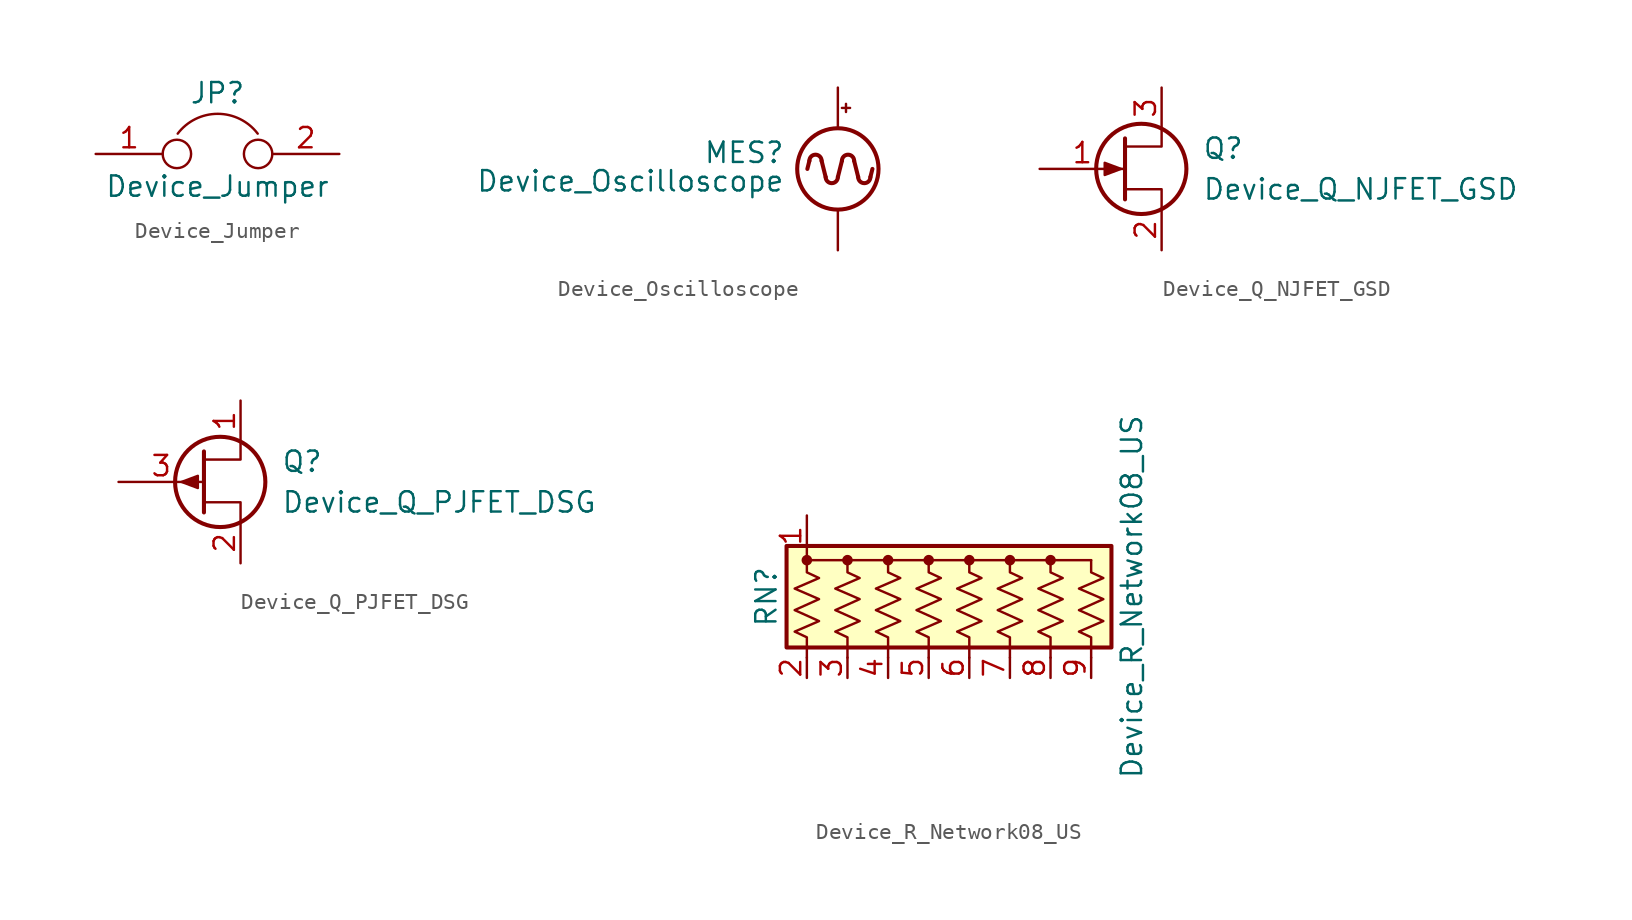
<source format=kicad_sym>
(kicad_symbol_lib
  (version 20220914)
  (generator kicad_symbol_editor)
  (symbol "Device_Jumper"
    (pin_names
      (offset 0.762) hide)
    (property "Reference" "JP"
      (at 0 3.81 0)
      (effects (font (size 1.27 1.27))))
    (property "Value" "Device_Jumper"
      (at 0 -2.032 0)
      (effects (font (size 1.27 1.27))))
    (symbol "Device_Jumper_0_1"
      (circle (center -2.54 0) (radius 0.889) (stroke (width 0) (type solid)) (fill (type none)))
      (arc (start 2.5146 1.27) (mid 0.0078 2.5097) (end -2.4892 1.27) (stroke (width 0) (type solid)) (fill (type none)))
      (circle (center 2.54 0) (radius 0.889) (stroke (width 0) (type solid)) (fill (type none)))
      (pin passive line (at -7.62 0 0) (length 4.191) (name "1" (effects (font (size 1.27 1.27)))) (number "1" (effects (font (size 1.27 1.27)))))
      (pin passive line (at 7.62 0 180) (length 4.191) (name "2" (effects (font (size 1.27 1.27)))) (number "2" (effects (font (size 1.27 1.27)))))))
  (symbol "Device_Oscilloscope"
    (pin_numbers hide)
    (pin_names
      (offset 0.025) hide)
    (property "Reference" "MES"
      (at -3.302 1.016 0)
      (effects (font (size 1.27 1.27)) (justify right)))
    (property "Value" "Device_Oscilloscope"
      (at -3.302 -0.762 0)
      (effects (font (size 1.27 1.27)) (justify right)))
    (symbol "Device_Oscilloscope_0_0"
      (arc (start -1.016 0.508) (mid -1.397 0.889) (end -1.778 0.508) (stroke (width 0.254) (type solid)) (fill (type none)))
      (arc (start -0.762 -0.508) (mid -0.381 -0.889) (end 0 -0.508) (stroke (width 0.254) (type solid)) (fill (type none)))
      (polyline (pts (xy -1.778 0.508) (xy -1.905 0)) (stroke (width 0.254) (type solid)) (fill (type none)))
      (polyline (pts (xy -1.016 0.508) (xy -0.762 -0.508)) (stroke (width 0.254) (type solid)) (fill (type none)))
      (polyline (pts (xy 0 -0.508) (xy 0.254 0.508)) (stroke (width 0.254) (type solid)) (fill (type none)))
      (polyline (pts (xy 1.016 0.508) (xy 1.27 -0.508)) (stroke (width 0.254) (type solid)) (fill (type none)))
      (polyline (pts (xy 2.032 -0.508) (xy 2.159 0)) (stroke (width 0.254) (type solid)) (fill (type none)))
      (arc (start 1.016 0.508) (mid 0.635 0.889) (end 0.254 0.508) (stroke (width 0.254) (type solid)) (fill (type none)))
      (arc (start 1.27 -0.508) (mid 1.651 -0.889) (end 2.032 -0.508) (stroke (width 0.254) (type solid)) (fill (type none))))
    (symbol "Device_Oscilloscope_0_1"
      (polyline (pts (xy 0.254 3.81) (xy 0.762 3.81)) (stroke (width 0) (type solid)) (fill (type none)))
      (polyline (pts (xy 0.508 4.064) (xy 0.508 3.556)) (stroke (width 0) (type solid)) (fill (type none)))
      (circle (center 0 0) (radius 2.54) (stroke (width 0.254) (type solid)) (fill (type none))))
    (symbol "Device_Oscilloscope_1_1"
      (pin passive line (at 0 -5.08 90) (length 2.54) (name "-" (effects (font (size 1.27 1.27)))) (number "1" (effects (font (size 1.27 1.27)))))
      (pin passive line (at 0 5.08 270) (length 2.54) (name "+" (effects (font (size 1.27 1.27)))) (number "2" (effects (font (size 1.27 1.27)))))))
  (symbol "Device_Q_NJFET_GSD"
    (pin_names
      (offset 0) hide)
    (property "Reference" "Q"
      (at 5.08 1.27 0)
      (effects (font (size 1.27 1.27)) (justify left)))
    (property "Value" "Device_Q_NJFET_GSD"
      (at 5.08 -1.27 0)
      (effects (font (size 1.27 1.27)) (justify left)))
    (symbol "Device_Q_NJFET_GSD_0_1"
      (polyline (pts (xy 0.254 1.905) (xy 0.254 -1.905) (xy 0.254 -1.905)) (stroke (width 0.254) (type solid)) (fill (type none)))
      (polyline (pts (xy 2.54 -2.54) (xy 2.54 -1.27) (xy 0.254 -1.27)) (stroke (width 0) (type solid)) (fill (type none)))
      (polyline (pts (xy 2.54 2.54) (xy 2.54 1.397) (xy 0.254 1.397)) (stroke (width 0) (type solid)) (fill (type none)))
      (polyline (pts (xy 0 0) (xy -1.016 0.381) (xy -1.016 -0.381) (xy 0 0)) (stroke (width 0) (type solid)) (fill (type outline)))
      (circle (center 1.27 0) (radius 2.819) (stroke (width 0.254) (type solid)) (fill (type none))))
    (symbol "Device_Q_NJFET_GSD_1_1"
      (pin input line (at -5.08 0 0) (length 5.334) (name "G" (effects (font (size 1.27 1.27)))) (number "1" (effects (font (size 1.27 1.27)))))
      (pin passive line (at 2.54 -5.08 90) (length 2.54) (name "S" (effects (font (size 1.27 1.27)))) (number "2" (effects (font (size 1.27 1.27)))))
      (pin passive line (at 2.54 5.08 270) (length 2.54) (name "D" (effects (font (size 1.27 1.27)))) (number "3" (effects (font (size 1.27 1.27)))))))
  (symbol "Device_Q_PJFET_DSG"
    (pin_names
      (offset 0) hide)
    (property "Reference" "Q"
      (at 5.08 1.27 0)
      (effects (font (size 1.27 1.27)) (justify left)))
    (property "Value" "Device_Q_PJFET_DSG"
      (at 5.08 -1.27 0)
      (effects (font (size 1.27 1.27)) (justify left)))
    (symbol "Device_Q_PJFET_DSG_0_1"
      (polyline (pts (xy 0.254 1.905) (xy 0.254 -1.905) (xy 0.254 -1.905)) (stroke (width 0.254) (type solid)) (fill (type none)))
      (polyline (pts (xy 2.54 -2.54) (xy 2.54 -1.27) (xy 0.254 -1.27)) (stroke (width 0) (type solid)) (fill (type none)))
      (polyline (pts (xy 2.54 2.54) (xy 2.54 1.397) (xy 0.254 1.397)) (stroke (width 0) (type solid)) (fill (type none)))
      (polyline (pts (xy -1.143 0) (xy -0.127 0.381) (xy -0.127 -0.381) (xy -1.143 0)) (stroke (width 0) (type solid)) (fill (type outline)))
      (circle (center 1.27 0) (radius 2.819) (stroke (width 0.254) (type solid)) (fill (type none))))
    (symbol "Device_Q_PJFET_DSG_1_1"
      (pin passive line (at 2.54 5.08 270) (length 2.54) (name "D" (effects (font (size 1.27 1.27)))) (number "1" (effects (font (size 1.27 1.27)))))
      (pin passive line (at 2.54 -5.08 90) (length 2.54) (name "S" (effects (font (size 1.27 1.27)))) (number "2" (effects (font (size 1.27 1.27)))))
      (pin input line (at -5.08 0 0) (length 5.334) (name "G" (effects (font (size 1.27 1.27)))) (number "3" (effects (font (size 1.27 1.27)))))))
  (symbol "Device_R_Network08_US"
    (pin_names
      (offset 0) hide)
    (property "Reference" "RN"
      (at -12.7 0 90)
      (effects (font (size 1.27 1.27))))
    (property "Value" "Device_R_Network08_US"
      (at 10.16 0 90)
      (effects (font (size 1.27 1.27))))
    (symbol "Device_R_Network08_US_0_1"
      (rectangle (start -11.43 -3.175) (end 8.89 3.175) (stroke (width 0.254) (type solid)) (fill (type background)))
      (circle (center -10.16 2.286) (radius 0.254) (stroke (width 0) (type solid)) (fill (type outline)))
      (circle (center -7.62 2.286) (radius 0.254) (stroke (width 0) (type solid)) (fill (type outline)))
      (circle (center -5.08 2.286) (radius 0.254) (stroke (width 0) (type solid)) (fill (type outline)))
      (circle (center -2.54 2.286) (radius 0.254) (stroke (width 0) (type solid)) (fill (type outline)))
      (polyline (pts (xy -10.16 2.286) (xy 7.62 2.286)) (stroke (width 0) (type solid)) (fill (type none)))
      (polyline (pts (xy -10.16 2.286) (xy -10.16 1.524) (xy -9.398 1.168) (xy -10.922 0.508) (xy -9.398 -0.152) (xy -10.922 -0.838) (xy -9.398 -1.524) (xy -10.922 -2.184) (xy -10.16 -2.54) (xy -10.16 -3.81)) (stroke (width 0) (type solid)) (fill (type none)))
      (polyline (pts (xy -7.62 2.286) (xy -7.62 1.524) (xy -6.858 1.168) (xy -8.382 0.508) (xy -6.858 -0.152) (xy -8.382 -0.838) (xy -6.858 -1.524) (xy -8.382 -2.184) (xy -7.62 -2.54) (xy -7.62 -3.81)) (stroke (width 0) (type solid)) (fill (type none)))
      (polyline (pts (xy -5.08 2.286) (xy -5.08 1.524) (xy -4.318 1.168) (xy -5.842 0.508) (xy -4.318 -0.152) (xy -5.842 -0.838) (xy -4.318 -1.524) (xy -5.842 -2.184) (xy -5.08 -2.54) (xy -5.08 -3.81)) (stroke (width 0) (type solid)) (fill (type none)))
      (polyline (pts (xy -2.54 2.286) (xy -2.54 1.524) (xy -1.778 1.168) (xy -3.302 0.508) (xy -1.778 -0.152) (xy -3.302 -0.838) (xy -1.778 -1.524) (xy -3.302 -2.184) (xy -2.54 -2.54) (xy -2.54 -3.81)) (stroke (width 0) (type solid)) (fill (type none)))
      (polyline (pts (xy 0 2.286) (xy 0 1.524) (xy 0.762 1.168) (xy -0.762 0.508) (xy 0.762 -0.152) (xy -0.762 -0.838) (xy 0.762 -1.524) (xy -0.762 -2.184) (xy 0 -2.54) (xy 0 -3.81)) (stroke (width 0) (type solid)) (fill (type none)))
      (polyline (pts (xy 2.54 2.286) (xy 2.54 1.524) (xy 3.302 1.168) (xy 1.778 0.508) (xy 3.302 -0.152) (xy 1.778 -0.838) (xy 3.302 -1.524) (xy 1.778 -2.184) (xy 2.54 -2.54) (xy 2.54 -3.81)) (stroke (width 0) (type solid)) (fill (type none)))
      (polyline (pts (xy 5.08 2.286) (xy 5.08 1.524) (xy 5.842 1.168) (xy 4.318 0.508) (xy 5.842 -0.152) (xy 4.318 -0.838) (xy 5.842 -1.524) (xy 4.318 -2.184) (xy 5.08 -2.54) (xy 5.08 -3.81)) (stroke (width 0) (type solid)) (fill (type none)))
      (polyline (pts (xy 7.62 2.286) (xy 7.62 1.524) (xy 8.382 1.168) (xy 6.858 0.508) (xy 8.382 -0.152) (xy 6.858 -0.838) (xy 8.382 -1.524) (xy 6.858 -2.184) (xy 7.62 -2.54) (xy 7.62 -3.81)) (stroke (width 0) (type solid)) (fill (type none)))
      (circle (center 0 2.286) (radius 0.254) (stroke (width 0) (type solid)) (fill (type outline)))
      (circle (center 2.54 2.286) (radius 0.254) (stroke (width 0) (type solid)) (fill (type outline)))
      (circle (center 5.08 2.286) (radius 0.254) (stroke (width 0) (type solid)) (fill (type outline))))
    (symbol "Device_R_Network08_US_1_1"
      (pin passive line (at -10.16 5.08 270) (length 2.54) (name "common" (effects (font (size 1.27 1.27)))) (number "1" (effects (font (size 1.27 1.27)))))
      (pin passive line (at -10.16 -5.08 90) (length 1.27) (name "R1" (effects (font (size 1.27 1.27)))) (number "2" (effects (font (size 1.27 1.27)))))
      (pin passive line (at -7.62 -5.08 90) (length 1.27) (name "R2" (effects (font (size 1.27 1.27)))) (number "3" (effects (font (size 1.27 1.27)))))
      (pin passive line (at -5.08 -5.08 90) (length 1.27) (name "R3" (effects (font (size 1.27 1.27)))) (number "4" (effects (font (size 1.27 1.27)))))
      (pin passive line (at -2.54 -5.08 90) (length 1.27) (name "R4" (effects (font (size 1.27 1.27)))) (number "5" (effects (font (size 1.27 1.27)))))
      (pin passive line (at 0 -5.08 90) (length 1.27) (name "R5" (effects (font (size 1.27 1.27)))) (number "6" (effects (font (size 1.27 1.27)))))
      (pin passive line (at 2.54 -5.08 90) (length 1.27) (name "R6" (effects (font (size 1.27 1.27)))) (number "7" (effects (font (size 1.27 1.27)))))
      (pin passive line (at 5.08 -5.08 90) (length 1.27) (name "R7" (effects (font (size 1.27 1.27)))) (number "8" (effects (font (size 1.27 1.27)))))
      (pin passive line (at 7.62 -5.08 90) (length 1.27) (name "R8" (effects (font (size 1.27 1.27)))) (number "9" (effects (font (size 1.27 1.27))))))))
</source>
